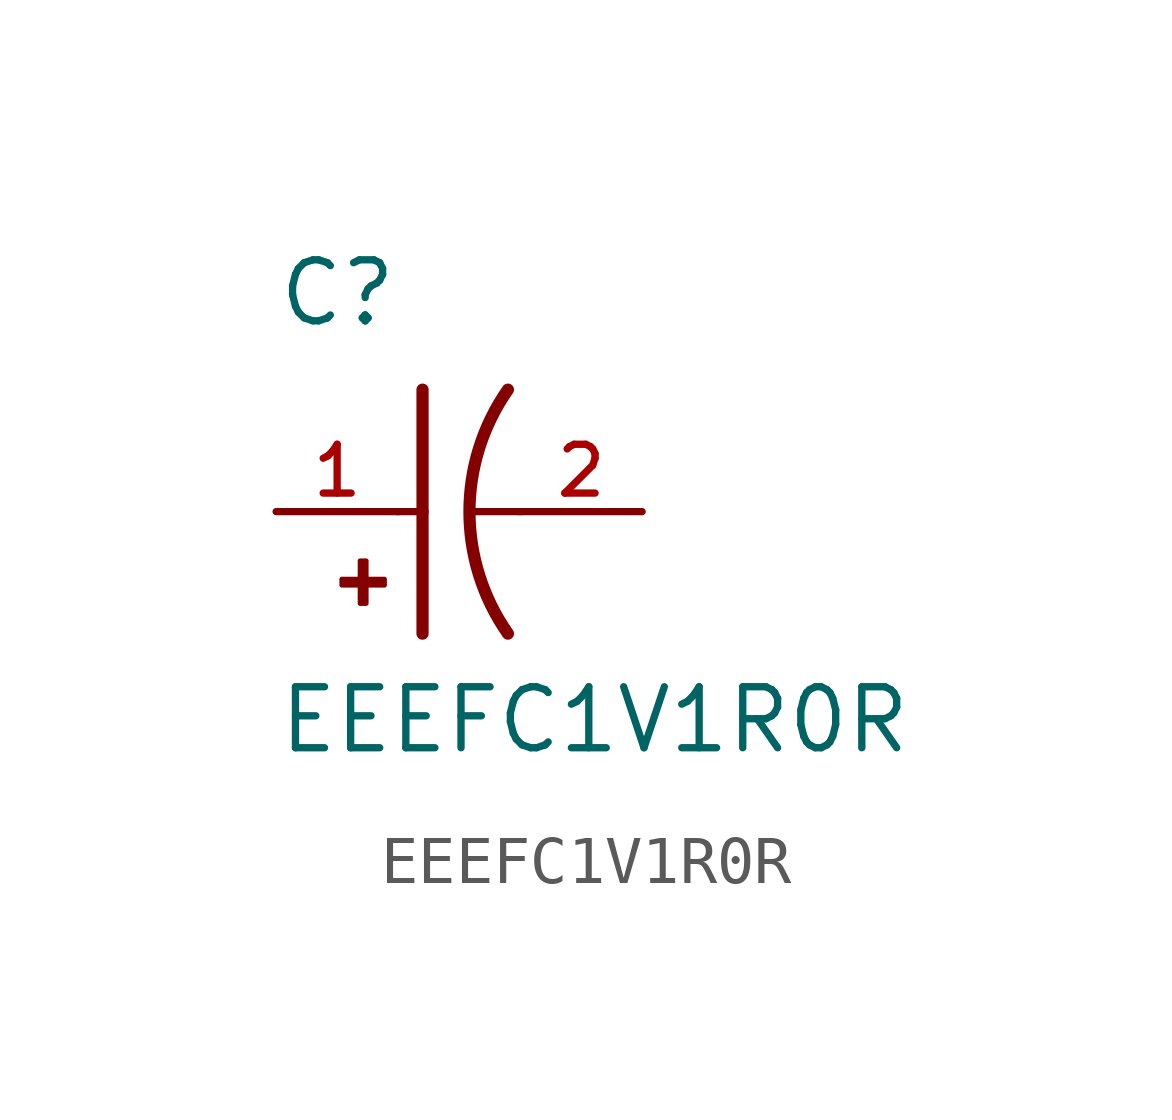
<source format=kicad_sym>
(kicad_symbol_lib
  (version 20211014)
  (generator kicad_symbol_editor)
  (symbol "EEEFC1V1R0R"
    (pin_names
      (offset 1.016))
    (property "Reference" "C"
      (at -2.54 3.81 0)
      (effects (font (size 1.27 1.27)) (justify bottom left)))
    (property "Value" "EEEFC1V1R0R"
      (at -2.54 -5.08 0)
      (effects (font (size 1.27 1.27)) (justify bottom left)))
    (symbol "EEEFC1V1R0R_0_0"
      (arc (start 2.286 -2.54) (mid 1.4851 -0.0) (end 2.286 2.54) (stroke (width 0.254) (type default) (color 0 0 0 0)) (fill (type none)))
      (polyline (pts (xy 0.508 2.54) (xy 0.508 0.0)) (stroke (width 0.254)))
      (rectangle (start -1.173 -1.532) (end -0.284 -1.405) (stroke (width 0.1)) (fill (type outline)))
      (rectangle (start -0.792 -1.913) (end -0.665 -1.024) (stroke (width 0.1)) (fill (type outline)))
      (polyline (pts (xy 0.508 0.0) (xy 0.508 -2.54)) (stroke (width 0.254)))
      (polyline (pts (xy 0.0 0.0) (xy 0.508 0.0)) (stroke (width 0.152)))
      (polyline (pts (xy 2.54 0.0) (xy 1.524 0.0)) (stroke (width 0.152)))
      (pin passive line (at -2.54 0.0 0) (length 2.54) (name "~" (effects (font (size 1.016 1.016)))) (number "1" (effects (font (size 1.016 1.016)))))
      (pin passive line (at 5.08 0.0 180.0) (length 2.54) (name "~" (effects (font (size 1.016 1.016)))) (number "2" (effects (font (size 1.016 1.016))))))))
</source>
